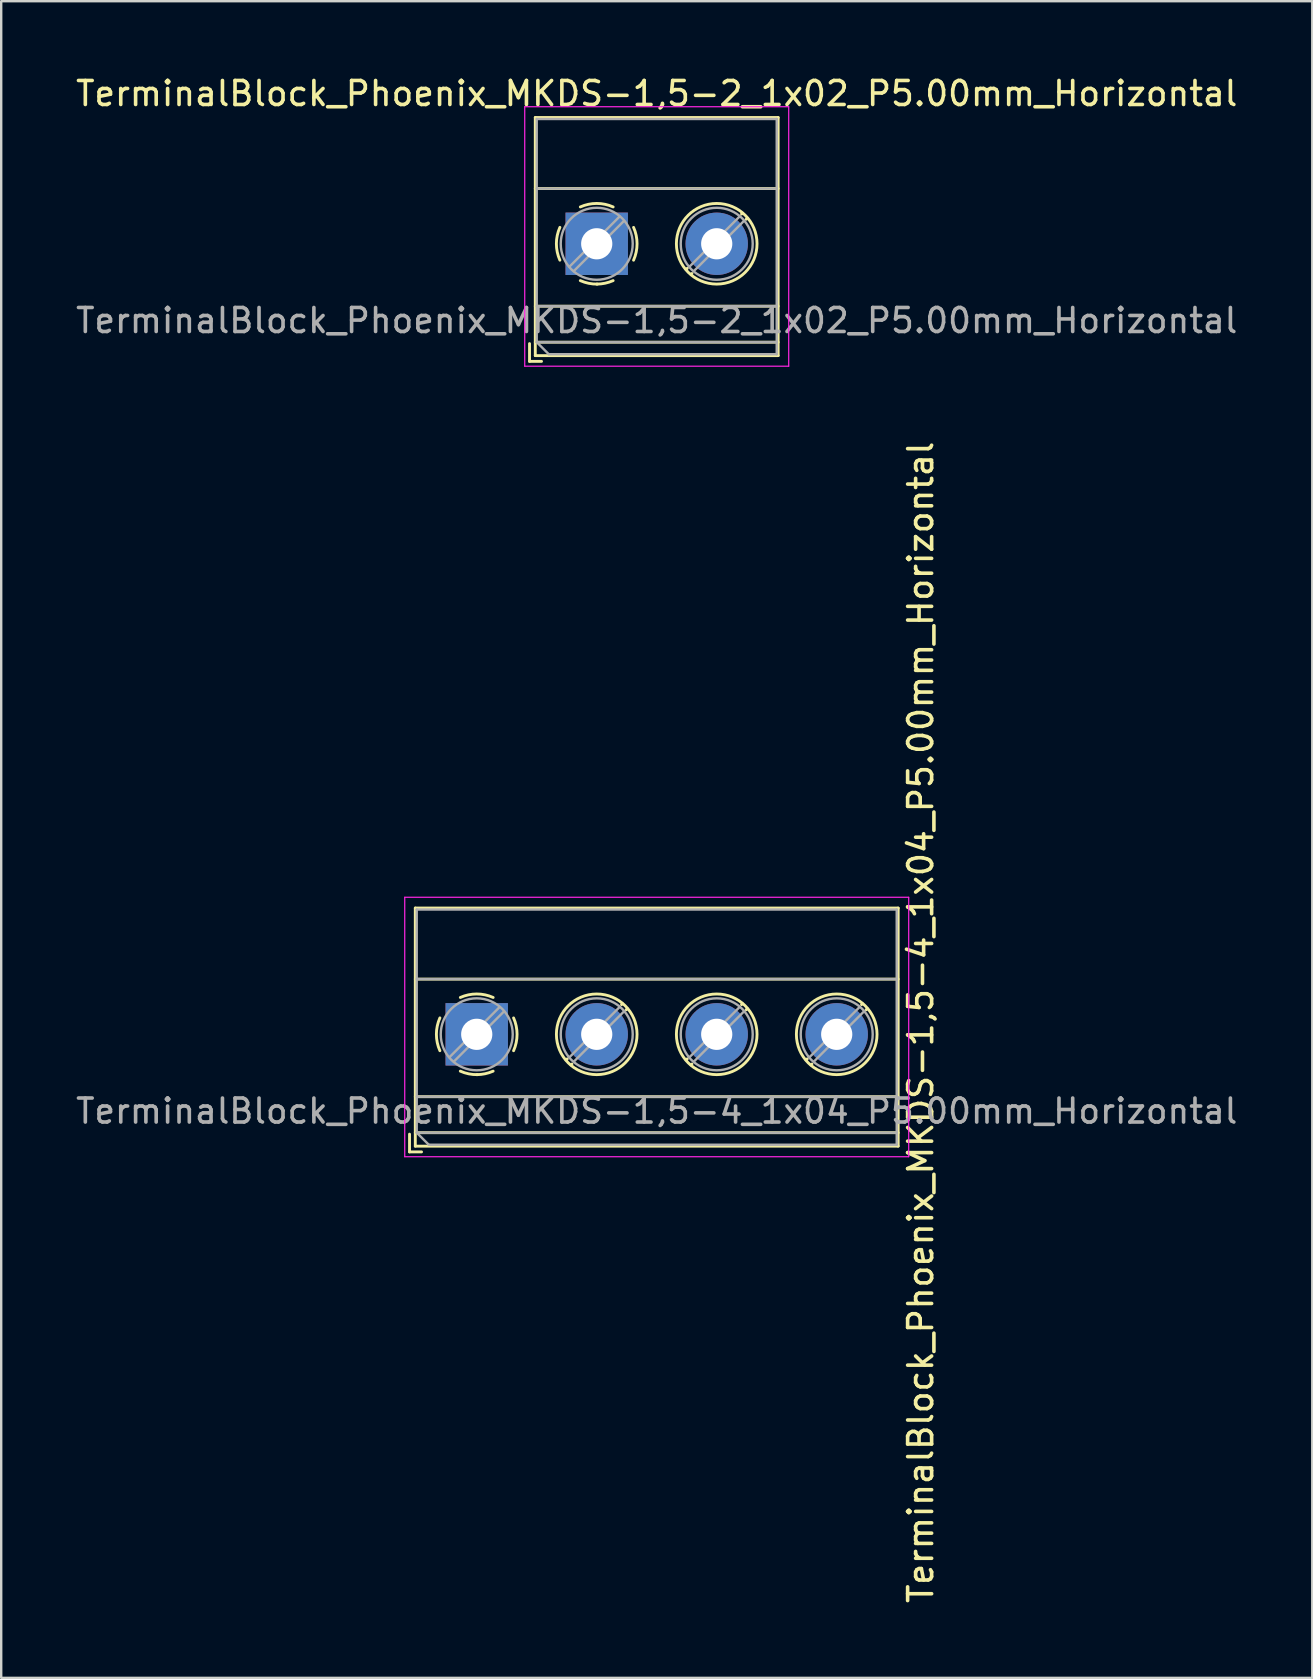
<source format=kicad_pcb>
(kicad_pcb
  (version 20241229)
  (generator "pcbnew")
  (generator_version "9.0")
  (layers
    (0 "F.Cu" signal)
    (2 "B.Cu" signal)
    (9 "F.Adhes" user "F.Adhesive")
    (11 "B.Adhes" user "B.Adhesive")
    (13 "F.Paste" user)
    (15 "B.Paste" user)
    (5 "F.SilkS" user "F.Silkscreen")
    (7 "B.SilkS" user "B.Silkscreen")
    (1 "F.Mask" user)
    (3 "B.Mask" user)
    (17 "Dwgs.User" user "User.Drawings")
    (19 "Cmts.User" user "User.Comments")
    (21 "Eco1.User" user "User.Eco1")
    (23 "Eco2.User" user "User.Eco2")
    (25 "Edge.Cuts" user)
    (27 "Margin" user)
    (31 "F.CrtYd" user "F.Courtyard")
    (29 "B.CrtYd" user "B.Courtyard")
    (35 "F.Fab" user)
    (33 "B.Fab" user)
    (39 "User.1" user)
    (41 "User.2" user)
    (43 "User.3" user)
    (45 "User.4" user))
  (footprint "TerminalBlock_Phoenix_MKDS-1,5-2_1x02_P5.00mm_Horizontal"
    (layer "F.Cu")
    (at 21.815 7.108)
    (property "Reference" "TerminalBlock_Phoenix_MKDS-1,5-2_1x02_P5.00mm_Horizontal" (at 2.5 -6.26 0) (layer "F.SilkS") (effects (font (size 1 1) (thickness 0.15))))
    (attr through_hole)
    (fp_line (start -2.8 4.16) (end -2.8 4.9) (stroke (width 0.12) (type solid)) (layer "F.SilkS"))
    (fp_line (start -2.8 4.9) (end -2.3 4.9) (stroke (width 0.12) (type solid)) (layer "F.SilkS"))
    (fp_line (start -2.56 -5.261) (end -2.56 4.66) (stroke (width 0.12) (type solid)) (layer "F.SilkS"))
    (fp_line (start -2.56 -5.261) (end 7.56 -5.261) (stroke (width 0.12) (type solid)) (layer "F.SilkS"))
    (fp_line (start -2.56 -2.301) (end 7.56 -2.301) (stroke (width 0.12) (type solid)) (layer "F.SilkS"))
    (fp_line (start -2.56 2.6) (end 7.56 2.6) (stroke (width 0.12) (type solid)) (layer "F.SilkS"))
    (fp_line (start -2.56 4.1) (end 7.56 4.1) (stroke (width 0.12) (type solid)) (layer "F.SilkS"))
    (fp_line (start -2.56 4.66) (end 7.56 4.66) (stroke (width 0.12) (type solid)) (layer "F.SilkS"))
    (fp_line (start 3.773 1.023) (end 3.726 1.069) (stroke (width 0.12) (type solid)) (layer "F.SilkS"))
    (fp_line (start 3.966 1.239) (end 3.931 1.274) (stroke (width 0.12) (type solid)) (layer "F.SilkS"))
    (fp_line (start 6.07 -1.275) (end 6.035 -1.239) (stroke (width 0.12) (type solid)) (layer "F.SilkS"))
    (fp_line (start 6.275 -1.069) (end 6.228 -1.023) (stroke (width 0.12) (type solid)) (layer "F.SilkS"))
    (fp_line (start 7.56 -5.261) (end 7.56 4.66) (stroke (width 0.12) (type solid)) (layer "F.SilkS"))
    (fp_arc (start -1.535427 0.683042) (mid -1.680501 -0.000524) (end -1.535 -0.684) (stroke (width 0.12) (type solid)) (layer "F.SilkS"))
    (fp_arc (start -0.683042 -1.535427) (mid 0.000524 -1.680501) (end 0.684 -1.535) (stroke (width 0.12) (type solid)) (layer "F.SilkS"))
    (fp_arc (start 0.028805 1.680253) (mid -0.335551 1.646659) (end -0.684 1.535) (stroke (width 0.12) (type solid)) (layer "F.SilkS"))
    (fp_arc (start 0.683318 1.534756) (mid 0.349292 1.643288) (end 0 1.68) (stroke (width 0.12) (type solid)) (layer "F.SilkS"))
    (fp_arc (start 1.535427 -0.683042) (mid 1.680501 0.000524) (end 1.535 0.684) (stroke (width 0.12) (type solid)) (layer "F.SilkS"))
    (fp_circle (center 5 0) (end 6.68 0) (stroke (width 0.12) (type solid)) (fill no) (layer "F.SilkS"))
    (fp_line (start -3 -5.71) (end -3 5.1) (stroke (width 0.05) (type solid)) (layer "F.CrtYd"))
    (fp_line (start -3 5.1) (end 8 5.1) (stroke (width 0.05) (type solid)) (layer "F.CrtYd"))
    (fp_line (start 8 -5.71) (end -3 -5.71) (stroke (width 0.05) (type solid)) (layer "F.CrtYd"))
    (fp_line (start 8 5.1) (end 8 -5.71) (stroke (width 0.05) (type solid)) (layer "F.CrtYd"))
    (fp_line (start -2.5 -5.2) (end 7.5 -5.2) (stroke (width 0.1) (type solid)) (layer "F.Fab"))
    (fp_line (start -2.5 -2.3) (end 7.5 -2.3) (stroke (width 0.1) (type solid)) (layer "F.Fab"))
    (fp_line (start -2.5 2.6) (end 7.5 2.6) (stroke (width 0.1) (type solid)) (layer "F.Fab"))
    (fp_line (start -2.5 4.1) (end -2.5 -5.2) (stroke (width 0.1) (type solid)) (layer "F.Fab"))
    (fp_line (start -2.5 4.1) (end 7.5 4.1) (stroke (width 0.1) (type solid)) (layer "F.Fab"))
    (fp_line (start -2 4.6) (end -2.5 4.1) (stroke (width 0.1) (type solid)) (layer "F.Fab"))
    (fp_line (start 0.955 -1.138) (end -1.138 0.955) (stroke (width 0.1) (type solid)) (layer "F.Fab"))
    (fp_line (start 1.138 -0.955) (end -0.955 1.138) (stroke (width 0.1) (type solid)) (layer "F.Fab"))
    (fp_line (start 5.955 -1.138) (end 3.863 0.955) (stroke (width 0.1) (type solid)) (layer "F.Fab"))
    (fp_line (start 6.138 -0.955) (end 4.046 1.138) (stroke (width 0.1) (type solid)) (layer "F.Fab"))
    (fp_line (start 7.5 -5.2) (end 7.5 4.6) (stroke (width 0.1) (type solid)) (layer "F.Fab"))
    (fp_line (start 7.5 4.6) (end -2 4.6) (stroke (width 0.1) (type solid)) (layer "F.Fab"))
    (fp_circle (center 0 0) (end 1.5 0) (stroke (width 0.1) (type solid)) (fill no) (layer "F.Fab"))
    (fp_circle (center 5 0) (end 6.5 0) (stroke (width 0.1) (type solid)) (fill no) (layer "F.Fab"))
    (fp_text user "${REFERENCE}" (at 2.5 3.2 0) (layer "F.Fab") (effects (font (size 1 1) (thickness 0.15))))
    (pad "1" thru_hole rect (at 0 0) (size 2.6 2.6) (drill 1.3) (layers "*.Cu" "*.Mask"))
    (pad "2" thru_hole circle (at 5 0) (size 2.6 2.6) (drill 1.3) (layers "*.Cu" "*.Mask")))
  (footprint "TerminalBlock_Phoenix_MKDS-1,5-4_1x04_P5.00mm_Horizontal"
    (layer "F.Cu")
    (at 16.815 40.049)
    (property "Reference" "TerminalBlock_Phoenix_MKDS-1,5-4_1x04_P5.00mm_Horizontal" (at 18.5 -0.5 90) (layer "F.SilkS") (effects (font (size 1 1) (thickness 0.15))))
    (attr through_hole)
    (fp_line (start -2.8 4.16) (end -2.8 4.9) (stroke (width 0.12) (type solid)) (layer "F.SilkS"))
    (fp_line (start -2.8 4.9) (end -2.3 4.9) (stroke (width 0.12) (type solid)) (layer "F.SilkS"))
    (fp_line (start -2.56 -5.261) (end -2.56 4.66) (stroke (width 0.12) (type solid)) (layer "F.SilkS"))
    (fp_line (start -2.56 -5.261) (end 17.561 -5.261) (stroke (width 0.12) (type solid)) (layer "F.SilkS"))
    (fp_line (start -2.56 -2.301) (end 17.561 -2.301) (stroke (width 0.12) (type solid)) (layer "F.SilkS"))
    (fp_line (start -2.56 2.6) (end 17.561 2.6) (stroke (width 0.12) (type solid)) (layer "F.SilkS"))
    (fp_line (start -2.56 4.1) (end 17.561 4.1) (stroke (width 0.12) (type solid)) (layer "F.SilkS"))
    (fp_line (start -2.56 4.66) (end 17.561 4.66) (stroke (width 0.12) (type solid)) (layer "F.SilkS"))
    (fp_line (start 3.773 1.023) (end 3.726 1.069) (stroke (width 0.12) (type solid)) (layer "F.SilkS"))
    (fp_line (start 3.966 1.239) (end 3.931 1.274) (stroke (width 0.12) (type solid)) (layer "F.SilkS"))
    (fp_line (start 6.07 -1.275) (end 6.035 -1.239) (stroke (width 0.12) (type solid)) (layer "F.SilkS"))
    (fp_line (start 6.275 -1.069) (end 6.228 -1.023) (stroke (width 0.12) (type solid)) (layer "F.SilkS"))
    (fp_line (start 8.773 1.023) (end 8.726 1.069) (stroke (width 0.12) (type solid)) (layer "F.SilkS"))
    (fp_line (start 8.966 1.239) (end 8.931 1.274) (stroke (width 0.12) (type solid)) (layer "F.SilkS"))
    (fp_line (start 11.07 -1.275) (end 11.035 -1.239) (stroke (width 0.12) (type solid)) (layer "F.SilkS"))
    (fp_line (start 11.275 -1.069) (end 11.228 -1.023) (stroke (width 0.12) (type solid)) (layer "F.SilkS"))
    (fp_line (start 13.773 1.023) (end 13.726 1.069) (stroke (width 0.12) (type solid)) (layer "F.SilkS"))
    (fp_line (start 13.966 1.239) (end 13.931 1.274) (stroke (width 0.12) (type solid)) (layer "F.SilkS"))
    (fp_line (start 16.07 -1.275) (end 16.035 -1.239) (stroke (width 0.12) (type solid)) (layer "F.SilkS"))
    (fp_line (start 16.275 -1.069) (end 16.228 -1.023) (stroke (width 0.12) (type solid)) (layer "F.SilkS"))
    (fp_line (start 17.561 -5.261) (end 17.561 4.66) (stroke (width 0.12) (type solid)) (layer "F.SilkS"))
    (fp_arc (start -1.535427 0.683042) (mid -1.680501 -0.000524) (end -1.535 -0.684) (stroke (width 0.12) (type solid)) (layer "F.SilkS"))
    (fp_arc (start -0.683042 -1.535427) (mid 0.000524 -1.680501) (end 0.684 -1.535) (stroke (width 0.12) (type solid)) (layer "F.SilkS"))
    (fp_arc (start 0.028805 1.680253) (mid -0.335551 1.646659) (end -0.684 1.535) (stroke (width 0.12) (type solid)) (layer "F.SilkS"))
    (fp_arc (start 0.683318 1.534756) (mid 0.349292 1.643288) (end 0 1.68) (stroke (width 0.12) (type solid)) (layer "F.SilkS"))
    (fp_arc (start 1.535427 -0.683042) (mid 1.680501 0.000524) (end 1.535 0.684) (stroke (width 0.12) (type solid)) (layer "F.SilkS"))
    (fp_circle (center 5 0) (end 6.68 0) (stroke (width 0.12) (type solid)) (fill no) (layer "F.SilkS"))
    (fp_circle (center 10 0) (end 11.68 0) (stroke (width 0.12) (type solid)) (fill no) (layer "F.SilkS"))
    (fp_circle (center 15 0) (end 16.68 0) (stroke (width 0.12) (type solid)) (fill no) (layer "F.SilkS"))
    (fp_line (start -3 -5.71) (end -3 5.1) (stroke (width 0.05) (type solid)) (layer "F.CrtYd"))
    (fp_line (start -3 5.1) (end 18 5.1) (stroke (width 0.05) (type solid)) (layer "F.CrtYd"))
    (fp_line (start 18 -5.71) (end -3 -5.71) (stroke (width 0.05) (type solid)) (layer "F.CrtYd"))
    (fp_line (start 18 5.1) (end 18 -5.71) (stroke (width 0.05) (type solid)) (layer "F.CrtYd"))
    (fp_line (start -2.5 -5.2) (end 17.5 -5.2) (stroke (width 0.1) (type solid)) (layer "F.Fab"))
    (fp_line (start -2.5 -2.3) (end 17.5 -2.3) (stroke (width 0.1) (type solid)) (layer "F.Fab"))
    (fp_line (start -2.5 2.6) (end 17.5 2.6) (stroke (width 0.1) (type solid)) (layer "F.Fab"))
    (fp_line (start -2.5 4.1) (end -2.5 -5.2) (stroke (width 0.1) (type solid)) (layer "F.Fab"))
    (fp_line (start -2.5 4.1) (end 17.5 4.1) (stroke (width 0.1) (type solid)) (layer "F.Fab"))
    (fp_line (start -2 4.6) (end -2.5 4.1) (stroke (width 0.1) (type solid)) (layer "F.Fab"))
    (fp_line (start 0.955 -1.138) (end -1.138 0.955) (stroke (width 0.1) (type solid)) (layer "F.Fab"))
    (fp_line (start 1.138 -0.955) (end -0.955 1.138) (stroke (width 0.1) (type solid)) (layer "F.Fab"))
    (fp_line (start 5.955 -1.138) (end 3.863 0.955) (stroke (width 0.1) (type solid)) (layer "F.Fab"))
    (fp_line (start 6.138 -0.955) (end 4.046 1.138) (stroke (width 0.1) (type solid)) (layer "F.Fab"))
    (fp_line (start 10.955 -1.138) (end 8.863 0.955) (stroke (width 0.1) (type solid)) (layer "F.Fab"))
    (fp_line (start 11.138 -0.955) (end 9.046 1.138) (stroke (width 0.1) (type solid)) (layer "F.Fab"))
    (fp_line (start 15.955 -1.138) (end 13.863 0.955) (stroke (width 0.1) (type solid)) (layer "F.Fab"))
    (fp_line (start 16.138 -0.955) (end 14.046 1.138) (stroke (width 0.1) (type solid)) (layer "F.Fab"))
    (fp_line (start 17.5 -5.2) (end 17.5 4.6) (stroke (width 0.1) (type solid)) (layer "F.Fab"))
    (fp_line (start 17.5 4.6) (end -2 4.6) (stroke (width 0.1) (type solid)) (layer "F.Fab"))
    (fp_circle (center 0 0) (end 1.5 0) (stroke (width 0.1) (type solid)) (fill no) (layer "F.Fab"))
    (fp_circle (center 5 0) (end 6.5 0) (stroke (width 0.1) (type solid)) (fill no) (layer "F.Fab"))
    (fp_circle (center 10 0) (end 11.5 0) (stroke (width 0.1) (type solid)) (fill no) (layer "F.Fab"))
    (fp_circle (center 15 0) (end 16.5 0) (stroke (width 0.1) (type solid)) (fill no) (layer "F.Fab"))
    (fp_text user "${REFERENCE}" (at 7.5 3.2 0) (layer "F.Fab") (effects (font (size 1 1) (thickness 0.15))))
    (pad "1" thru_hole rect (at 0 0) (size 2.6 2.6) (drill 1.3) (layers "*.Cu" "*.Mask"))
    (pad "2" thru_hole circle (at 5 0) (size 2.6 2.6) (drill 1.3) (layers "*.Cu" "*.Mask"))
    (pad "3" thru_hole circle (at 10 0) (size 2.6 2.6) (drill 1.3) (layers "*.Cu" "*.Mask"))
    (pad "4" thru_hole circle (at 15 0) (size 2.6 2.6) (drill 1.3) (layers "*.Cu" "*.Mask")))
  (gr_rect
    (start -3 -3)
    (end 51.631 66.864)
    (stroke (width 0.1) (type default))
    (fill no)
    (layer "Edge.Cuts")))
</source>
